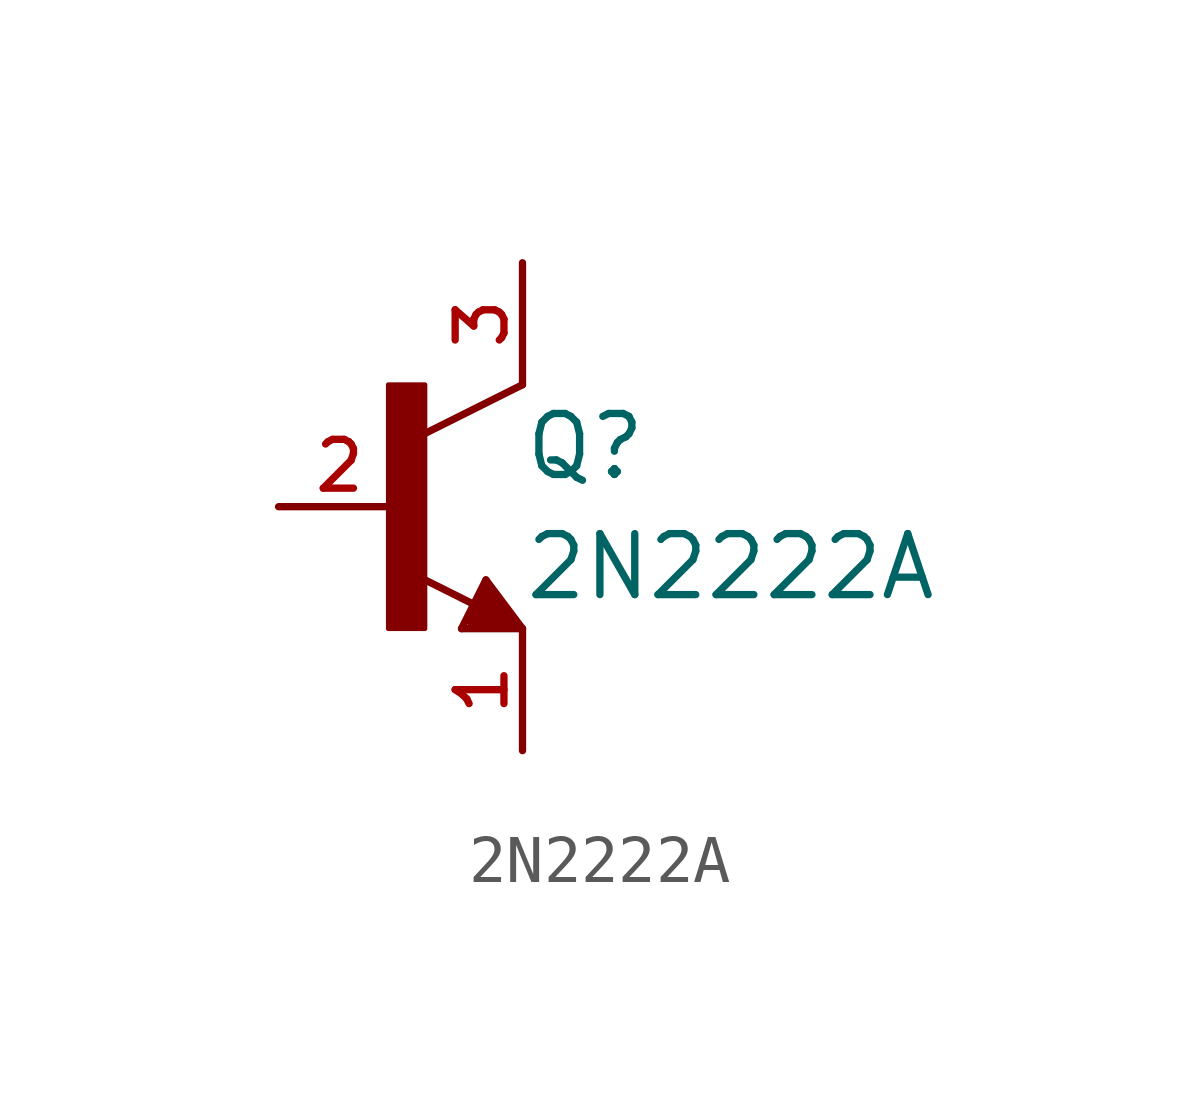
<source format=kicad_sym>
(kicad_symbol_lib
  (version 20211014)
  (generator kicad_symbol_editor)
  (symbol "2N2222A"
    (pin_names
      (offset 1.016))
    (property "Reference" "Q"
      (at 2.54 0.508 0)
      (effects (font (size 1.27 1.27)) (justify bottom left)))
    (property "Value" "2N2222A"
      (at 2.54 -0.508 0)
      (effects (font (size 1.27 1.27)) (justify top left)))
    (symbol "2N2222A_0_0"
      (rectangle (start -0.254 -2.54) (end 0.508 2.54) (stroke (width 0.1)) (fill (type outline)))
      (polyline (pts (xy 2.54 2.54) (xy 0.508 1.524)) (stroke (width 0.152)))
      (polyline (pts (xy 1.778 -1.524) (xy 2.54 -2.54)) (stroke (width 0.152)))
      (polyline (pts (xy 2.54 -2.54) (xy 1.27 -2.54)) (stroke (width 0.152)))
      (polyline (pts (xy 1.27 -2.54) (xy 1.778 -1.524)) (stroke (width 0.152)))
      (polyline (pts (xy 1.54 -2.04) (xy 0.308 -1.424)) (stroke (width 0.152)))
      (polyline (pts (xy 1.524 -2.413) (xy 2.286 -2.413)) (stroke (width 0.254)))
      (polyline (pts (xy 2.286 -2.413) (xy 1.778 -1.778)) (stroke (width 0.254)))
      (polyline (pts (xy 1.778 -1.778) (xy 1.524 -2.286)) (stroke (width 0.254)))
      (polyline (pts (xy 1.524 -2.286) (xy 1.905 -2.286)) (stroke (width 0.254)))
      (polyline (pts (xy 1.905 -2.286) (xy 1.778 -2.032)) (stroke (width 0.254)))
      (pin passive line (at -2.54 0.0 0) (length 2.54) (name "~" (effects (font (size 1.016 1.016)))) (number "2" (effects (font (size 1.016 1.016)))))
      (pin passive line (at 2.54 5.08 270.0) (length 2.54) (name "~" (effects (font (size 1.016 1.016)))) (number "3" (effects (font (size 1.016 1.016)))))
      (pin passive line (at 2.54 -5.08 90.0) (length 2.54) (name "~" (effects (font (size 1.016 1.016)))) (number "1" (effects (font (size 1.016 1.016))))))))
</source>
